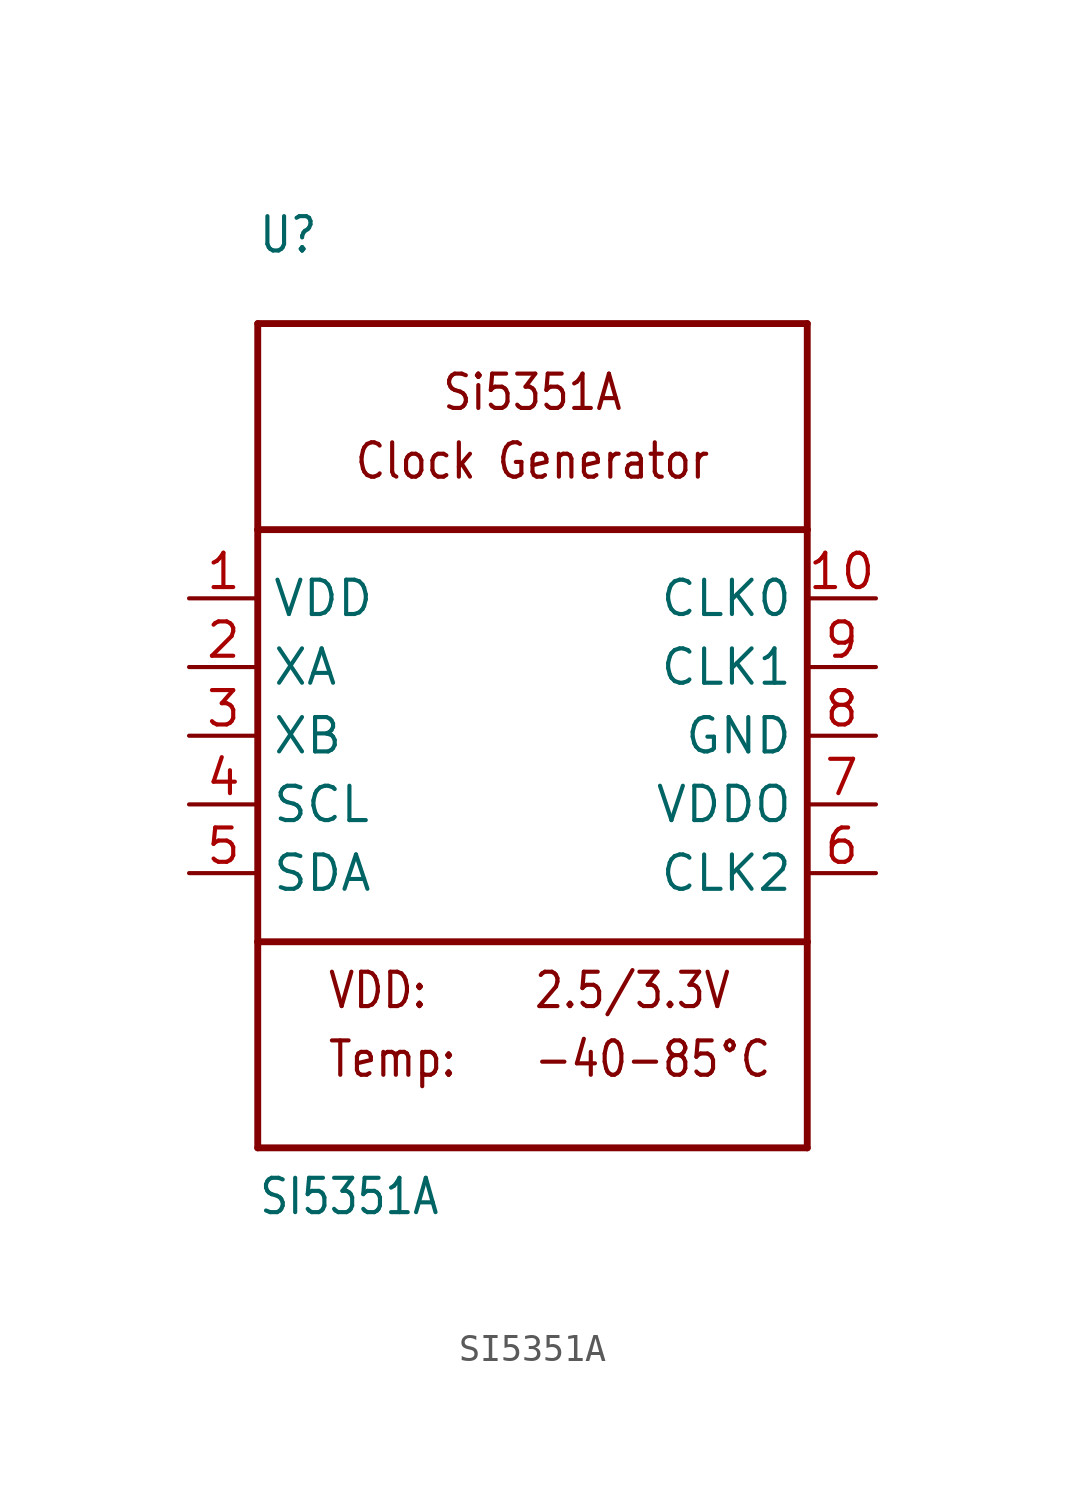
<source format=kicad_sym>
(kicad_symbol_lib
  (version 20211014)
  (generator kicad_symbol_editor)
  (symbol "SI5351A"
    (property "Reference" "U"
      (at -10.16 17.78 0)
      (effects (font (size 1.27 1.079)) (justify left bottom)))
    (property "Value" "SI5351A"
      (at -10.16 -17.78 0)
      (effects (font (size 1.27 1.079)) (justify left bottom)))
    (property "ki_locked" ""
      (at 0 0 0)
      (effects (font (size 1.27 1.27))))
    (symbol "SI5351A_1_0"
      (polyline (pts (xy -10.16 -15.24) (xy 10.16 -15.24)) (stroke (width 0.254) (type default) (color 0 0 0 0)) (fill (type none)))
      (polyline (pts (xy -10.16 -7.62) (xy -10.16 -15.24)) (stroke (width 0.254) (type default) (color 0 0 0 0)) (fill (type none)))
      (polyline (pts (xy -10.16 -7.62) (xy -10.16 7.62)) (stroke (width 0.254) (type default) (color 0 0 0 0)) (fill (type none)))
      (polyline (pts (xy -10.16 7.62) (xy -10.16 15.24)) (stroke (width 0.254) (type default) (color 0 0 0 0)) (fill (type none)))
      (polyline (pts (xy -10.16 7.62) (xy 10.16 7.62)) (stroke (width 0.254) (type default) (color 0 0 0 0)) (fill (type none)))
      (polyline (pts (xy -10.16 15.24) (xy 10.16 15.24)) (stroke (width 0.254) (type default) (color 0 0 0 0)) (fill (type none)))
      (polyline (pts (xy 10.16 -15.24) (xy 10.16 -7.62)) (stroke (width 0.254) (type default) (color 0 0 0 0)) (fill (type none)))
      (polyline (pts (xy 10.16 -7.62) (xy -10.16 -7.62)) (stroke (width 0.254) (type default) (color 0 0 0 0)) (fill (type none)))
      (polyline (pts (xy 10.16 7.62) (xy 10.16 -7.62)) (stroke (width 0.254) (type default) (color 0 0 0 0)) (fill (type none)))
      (polyline (pts (xy 10.16 15.24) (xy 10.16 7.62)) (stroke (width 0.254) (type default) (color 0 0 0 0)) (fill (type none)))
      (text "-40-85°C" (at 0 -12.7 0) (effects (font (size 1.27 1.079)) (justify left bottom)))
      (text "2.5/3.3V" (at 0 -10.16 0) (effects (font (size 1.27 1.079)) (justify left bottom)))
      (text "Clock Generator" (at 0 10.16 0) (effects (font (size 1.27 1.079))))
      (text "Si5351A" (at 0 12.7 0) (effects (font (size 1.27 1.079))))
      (text "Temp:" (at -7.62 -12.7 0) (effects (font (size 1.27 1.079)) (justify left bottom)))
      (text "VDD:" (at -7.62 -10.16 0) (effects (font (size 1.27 1.079)) (justify left bottom)))
      (pin power_in line (at -12.7 5.08 0) (length 2.54) (name "VDD" (effects (font (size 1.27 1.27)))) (number "1" (effects (font (size 1.27 1.27)))))
      (pin output line (at 12.7 5.08 180) (length 2.54) (name "CLK0" (effects (font (size 1.27 1.27)))) (number "10" (effects (font (size 1.27 1.27)))))
      (pin input line (at -12.7 2.54 0) (length 2.54) (name "XA" (effects (font (size 1.27 1.27)))) (number "2" (effects (font (size 1.27 1.27)))))
      (pin input line (at -12.7 0 0) (length 2.54) (name "XB" (effects (font (size 1.27 1.27)))) (number "3" (effects (font (size 1.27 1.27)))))
      (pin input line (at -12.7 -2.54 0) (length 2.54) (name "SCL" (effects (font (size 1.27 1.27)))) (number "4" (effects (font (size 1.27 1.27)))))
      (pin bidirectional line (at -12.7 -5.08 0) (length 2.54) (name "SDA" (effects (font (size 1.27 1.27)))) (number "5" (effects (font (size 1.27 1.27)))))
      (pin output line (at 12.7 -5.08 180) (length 2.54) (name "CLK2" (effects (font (size 1.27 1.27)))) (number "6" (effects (font (size 1.27 1.27)))))
      (pin power_in line (at 12.7 -2.54 180) (length 2.54) (name "VDDO" (effects (font (size 1.27 1.27)))) (number "7" (effects (font (size 1.27 1.27)))))
      (pin power_in line (at 12.7 0 180) (length 2.54) (name "GND" (effects (font (size 1.27 1.27)))) (number "8" (effects (font (size 1.27 1.27)))))
      (pin output line (at 12.7 2.54 180) (length 2.54) (name "CLK1" (effects (font (size 1.27 1.27)))) (number "9" (effects (font (size 1.27 1.27))))))))
</source>
